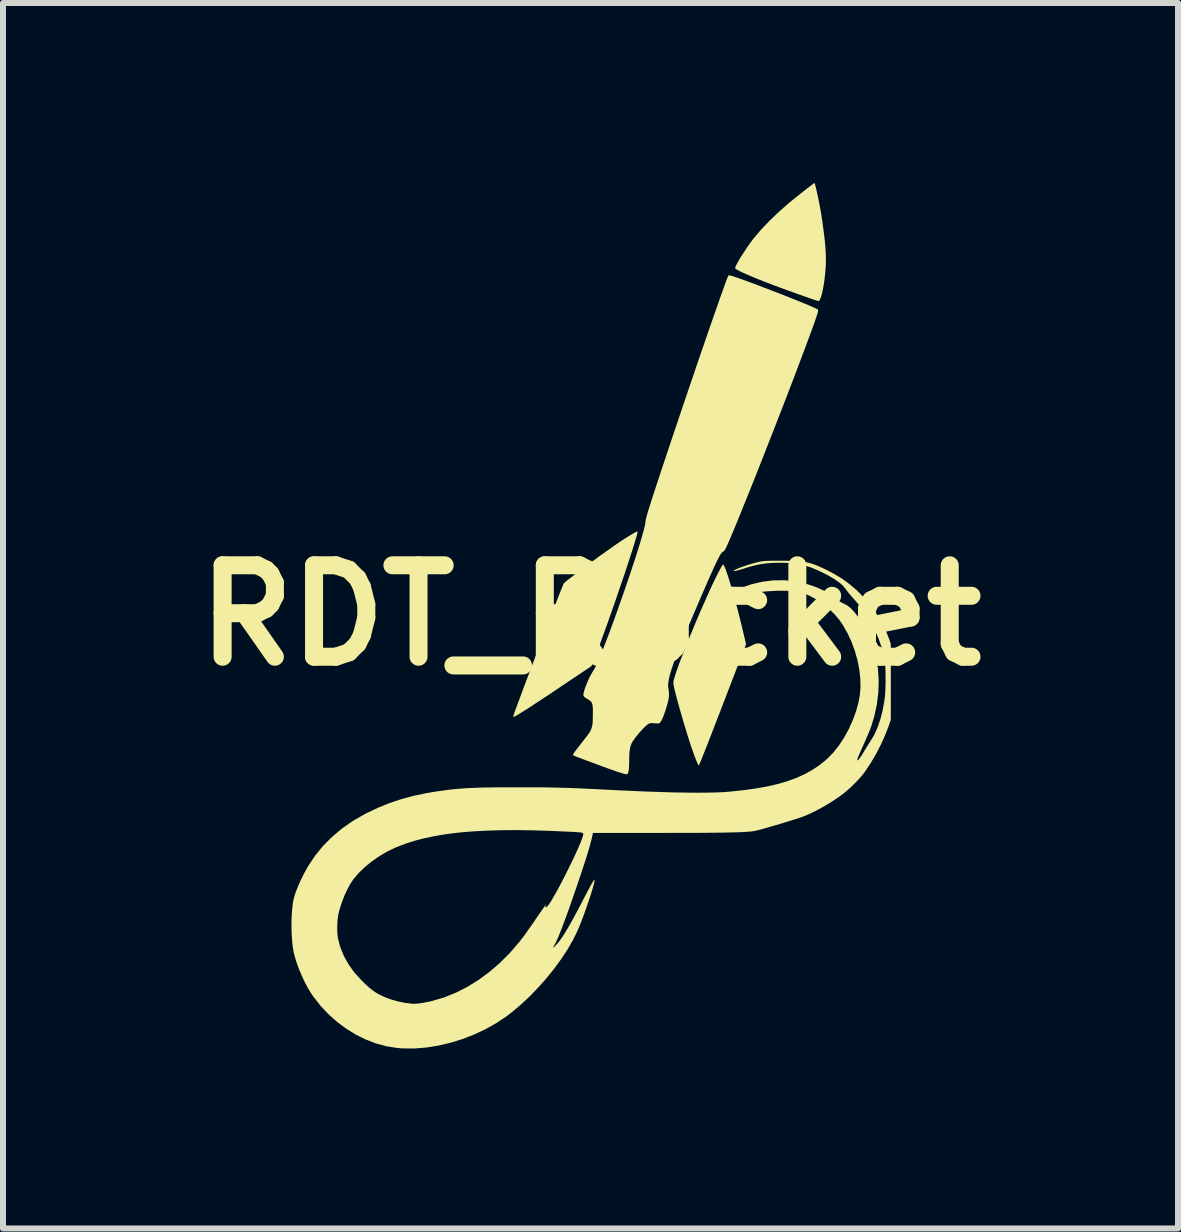
<source format=kicad_pcb>
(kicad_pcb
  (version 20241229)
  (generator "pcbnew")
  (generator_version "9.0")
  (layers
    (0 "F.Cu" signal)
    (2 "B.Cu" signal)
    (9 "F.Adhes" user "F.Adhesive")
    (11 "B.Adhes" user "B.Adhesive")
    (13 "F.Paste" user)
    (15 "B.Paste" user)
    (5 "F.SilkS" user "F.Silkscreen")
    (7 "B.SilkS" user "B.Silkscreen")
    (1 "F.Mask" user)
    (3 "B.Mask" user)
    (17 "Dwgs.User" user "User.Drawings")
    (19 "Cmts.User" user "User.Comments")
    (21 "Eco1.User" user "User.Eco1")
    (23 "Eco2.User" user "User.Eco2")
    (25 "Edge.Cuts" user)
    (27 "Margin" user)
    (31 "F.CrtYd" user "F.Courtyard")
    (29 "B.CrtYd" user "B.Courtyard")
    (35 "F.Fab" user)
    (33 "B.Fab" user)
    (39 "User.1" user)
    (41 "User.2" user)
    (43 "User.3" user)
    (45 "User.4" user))
  (footprint "RDT_Rocket"
    (layer "F.Cu")
    (at 6.793 7.207)
    (property "Reference" "RDT_Rocket" (at 0 0 0) (layer "F.SilkS") (effects (font (size 1.524 1.524) (thickness 0.3))))
    (attr board_only exclude_from_pos_files exclude_from_bom)
    (fp_poly (pts (xy 3.739 -7.195) (xy 3.747 -7.165) (xy 3.758 -7.122) (xy 3.77 -7.069) (xy 3.783 -7.01) (xy 3.797 -6.946) (xy 3.81 -6.881) (xy 3.822 -6.82) (xy 3.832 -6.764) (xy 3.837 -6.738) (xy 3.864 -6.565) (xy 3.885 -6.41) (xy 3.902 -6.271) (xy 3.914 -6.145) (xy 3.921 -6.032) (xy 3.923 -5.929) (xy 3.922 -5.835) (xy 3.918 -5.778) (xy 3.909 -5.682) (xy 3.899 -5.59) (xy 3.886 -5.505) (xy 3.872 -5.428) (xy 3.857 -5.361) (xy 3.841 -5.307) (xy 3.826 -5.267) (xy 3.811 -5.243) (xy 3.799 -5.238) (xy 3.788 -5.241) (xy 3.761 -5.25) (xy 3.72 -5.264) (xy 3.668 -5.281) (xy 3.609 -5.302) (xy 3.58 -5.312) (xy 3.433 -5.364) (xy 3.291 -5.415) (xy 3.154 -5.465) (xy 3.024 -5.514) (xy 2.903 -5.56) (xy 2.793 -5.604) (xy 2.693 -5.645) (xy 2.607 -5.682) (xy 2.534 -5.714) (xy 2.477 -5.742) (xy 2.437 -5.764) (xy 2.423 -5.774) (xy 2.413 -5.782) (xy 2.41 -5.791) (xy 2.413 -5.806) (xy 2.425 -5.83) (xy 2.442 -5.863) (xy 2.473 -5.92) (xy 2.514 -5.988) (xy 2.562 -6.061) (xy 2.611 -6.136) (xy 2.661 -6.206) (xy 2.707 -6.268) (xy 2.724 -6.29) (xy 2.845 -6.432) (xy 2.984 -6.578) (xy 3.137 -6.724) (xy 3.302 -6.869) (xy 3.308 -6.874) (xy 3.347 -6.906) (xy 3.392 -6.943) (xy 3.443 -6.983) (xy 3.495 -7.025) (xy 3.548 -7.067) (xy 3.598 -7.106) (xy 3.644 -7.142) (xy 3.683 -7.171) (xy 3.712 -7.193) (xy 3.729 -7.206) (xy 3.733 -7.207)) (stroke (width 0) (type solid)) (fill yes) (layer "F.SilkS"))
    (fp_poly (pts (xy 2.22 -0.839) (xy 2.234 -0.81) (xy 2.252 -0.766) (xy 2.273 -0.707) (xy 2.297 -0.635) (xy 2.323 -0.552) (xy 2.35 -0.459) (xy 2.379 -0.359) (xy 2.409 -0.253) (xy 2.439 -0.143) (xy 2.469 -0.03) (xy 2.498 0.084) (xy 2.525 0.197) (xy 2.548 0.294) (xy 2.592 0.481) (xy 2.286 1.276) (xy 2.212 1.469) (xy 2.144 1.645) (xy 2.083 1.802) (xy 2.029 1.943) (xy 1.981 2.066) (xy 1.939 2.173) (xy 1.903 2.264) (xy 1.873 2.339) (xy 1.849 2.399) (xy 1.83 2.445) (xy 1.816 2.477) (xy 1.808 2.495) (xy 1.805 2.5) (xy 1.798 2.494) (xy 1.787 2.473) (xy 1.771 2.439) (xy 1.753 2.396) (xy 1.75 2.389) (xy 1.726 2.326) (xy 1.7 2.25) (xy 1.67 2.164) (xy 1.64 2.07) (xy 1.608 1.97) (xy 1.577 1.867) (xy 1.545 1.762) (xy 1.515 1.658) (xy 1.486 1.557) (xy 1.459 1.461) (xy 1.435 1.372) (xy 1.415 1.293) (xy 1.398 1.225) (xy 1.387 1.171) (xy 1.381 1.132) (xy 1.38 1.119) (xy 1.384 1.091) (xy 1.396 1.046) (xy 1.414 0.985) (xy 1.44 0.911) (xy 1.471 0.824) (xy 1.507 0.727) (xy 1.549 0.62) (xy 1.594 0.505) (xy 1.643 0.383) (xy 1.695 0.257) (xy 1.749 0.127) (xy 1.805 -0.005) (xy 1.863 -0.138) (xy 1.921 -0.269) (xy 1.979 -0.399) (xy 1.983 -0.408) (xy 2.02 -0.489) (xy 2.057 -0.567) (xy 2.092 -0.639) (xy 2.125 -0.704) (xy 2.154 -0.759) (xy 2.178 -0.803) (xy 2.197 -0.833) (xy 2.208 -0.848) (xy 2.211 -0.849)) (stroke (width 0) (type solid)) (fill yes) (layer "F.SilkS"))
    (fp_poly (pts (xy 0.783 -1.395) (xy 0.783 -1.383) (xy 0.777 -1.353) (xy 0.764 -1.307) (xy 0.746 -1.247) (xy 0.724 -1.173) (xy 0.697 -1.088) (xy 0.666 -0.992) (xy 0.632 -0.887) (xy 0.595 -0.775) (xy 0.556 -0.657) (xy 0.514 -0.535) (xy 0.471 -0.409) (xy 0.428 -0.282) (xy 0.384 -0.155) (xy 0.339 -0.029) (xy 0.296 0.095) (xy 0.253 0.214) (xy 0.212 0.328) (xy 0.173 0.434) (xy 0.137 0.533) (xy 0.103 0.621) (xy 0.095 0.642) (xy 0.015 0.846) (xy -0.509 1.197) (xy -0.654 1.295) (xy -0.786 1.382) (xy -0.902 1.458) (xy -1.003 1.525) (xy -1.089 1.58) (xy -1.16 1.624) (xy -1.214 1.658) (xy -1.253 1.68) (xy -1.276 1.691) (xy -1.28 1.692) (xy -1.289 1.686) (xy -1.289 1.686) (xy -1.286 1.673) (xy -1.275 1.642) (xy -1.259 1.596) (xy -1.237 1.536) (xy -1.21 1.462) (xy -1.178 1.377) (xy -1.143 1.281) (xy -1.104 1.177) (xy -1.062 1.066) (xy -1.018 0.949) (xy -0.972 0.828) (xy -0.925 0.703) (xy -0.877 0.577) (xy -0.83 0.452) (xy -0.782 0.327) (xy -0.736 0.206) (xy -0.691 0.089) (xy -0.648 -0.022) (xy -0.608 -0.127) (xy -0.571 -0.222) (xy -0.538 -0.307) (xy -0.509 -0.381) (xy -0.484 -0.442) (xy -0.466 -0.488) (xy -0.453 -0.519) (xy -0.447 -0.532) (xy -0.435 -0.544) (xy -0.408 -0.567) (xy -0.368 -0.599) (xy -0.318 -0.638) (xy -0.258 -0.684) (xy -0.19 -0.735) (xy -0.117 -0.79) (xy -0.04 -0.847) (xy 0.039 -0.905) (xy 0.118 -0.964) (xy 0.196 -1.02) (xy 0.271 -1.074) (xy 0.341 -1.123) (xy 0.403 -1.167) (xy 0.458 -1.204) (xy 0.46 -1.206) (xy 0.551 -1.266) (xy 0.626 -1.314) (xy 0.686 -1.351) (xy 0.731 -1.377) (xy 0.762 -1.392) (xy 0.78 -1.397)) (stroke (width 0) (type solid)) (fill yes) (layer "F.SilkS"))
    (fp_poly (pts (xy 2.325 -5.666) (xy 2.33 -5.665) (xy 2.359 -5.657) (xy 2.404 -5.642) (xy 2.463 -5.622) (xy 2.534 -5.597) (xy 2.616 -5.567) (xy 2.706 -5.534) (xy 2.802 -5.498) (xy 2.903 -5.459) (xy 3.007 -5.419) (xy 3.112 -5.379) (xy 3.215 -5.339) (xy 3.315 -5.299) (xy 3.411 -5.261) (xy 3.5 -5.225) (xy 3.58 -5.192) (xy 3.65 -5.163) (xy 3.707 -5.138) (xy 3.75 -5.119) (xy 3.777 -5.105) (xy 3.783 -5.102) (xy 3.79 -5.095) (xy 3.794 -5.087) (xy 3.793 -5.074) (xy 3.789 -5.052) (xy 3.779 -5.019) (xy 3.763 -4.971) (xy 3.755 -4.948) (xy 3.73 -4.874) (xy 3.697 -4.783) (xy 3.658 -4.676) (xy 3.613 -4.555) (xy 3.563 -4.42) (xy 3.508 -4.275) (xy 3.449 -4.119) (xy 3.387 -3.955) (xy 3.321 -3.783) (xy 3.253 -3.606) (xy 3.183 -3.425) (xy 3.111 -3.24) (xy 3.039 -3.055) (xy 2.966 -2.87) (xy 2.894 -2.686) (xy 2.823 -2.505) (xy 2.753 -2.328) (xy 2.685 -2.158) (xy 2.62 -1.995) (xy 2.557 -1.84) (xy 2.499 -1.696) (xy 2.445 -1.563) (xy 2.395 -1.443) (xy 2.351 -1.338) (xy 2.313 -1.249) (xy 2.295 -1.207) (xy 2.269 -1.15) (xy 2.25 -1.11) (xy 2.234 -1.084) (xy 2.222 -1.069) (xy 2.212 -1.064) (xy 2.203 -1.059) (xy 2.192 -1.05) (xy 2.179 -1.035) (xy 2.164 -1.012) (xy 2.147 -0.982) (xy 2.126 -0.942) (xy 2.101 -0.893) (xy 2.073 -0.832) (xy 2.039 -0.759) (xy 2.001 -0.673) (xy 1.956 -0.573) (xy 1.906 -0.457) (xy 1.849 -0.326) (xy 1.785 -0.177) (xy 1.767 -0.135) (xy 1.693 0.038) (xy 1.626 0.195) (xy 1.568 0.335) (xy 1.516 0.461) (xy 1.471 0.572) (xy 1.432 0.671) (xy 1.399 0.759) (xy 1.371 0.836) (xy 1.349 0.904) (xy 1.33 0.964) (xy 1.316 1.017) (xy 1.306 1.064) (xy 1.304 1.075) (xy 1.296 1.123) (xy 1.293 1.16) (xy 1.294 1.194) (xy 1.3 1.226) (xy 1.306 1.273) (xy 1.308 1.324) (xy 1.306 1.353) (xy 1.3 1.399) (xy 1.287 1.456) (xy 1.269 1.52) (xy 1.249 1.585) (xy 1.227 1.648) (xy 1.205 1.704) (xy 1.184 1.749) (xy 1.166 1.778) (xy 1.154 1.792) (xy 1.142 1.8) (xy 1.123 1.802) (xy 1.093 1.801) (xy 1.071 1.799) (xy 1.026 1.796) (xy 0.995 1.798) (xy 0.971 1.806) (xy 0.968 1.807) (xy 0.94 1.827) (xy 0.904 1.859) (xy 0.863 1.901) (xy 0.82 1.949) (xy 0.777 2) (xy 0.739 2.049) (xy 0.707 2.095) (xy 0.685 2.132) (xy 0.684 2.134) (xy 0.668 2.175) (xy 0.657 2.224) (xy 0.649 2.282) (xy 0.645 2.355) (xy 0.645 2.419) (xy 0.644 2.473) (xy 0.641 2.526) (xy 0.638 2.569) (xy 0.634 2.598) (xy 0.626 2.628) (xy 0.618 2.643) (xy 0.605 2.648) (xy 0.596 2.649) (xy 0.577 2.646) (xy 0.544 2.637) (xy 0.499 2.623) (xy 0.447 2.607) (xy 0.413 2.595) (xy 0.354 2.574) (xy 0.279 2.547) (xy 0.191 2.515) (xy 0.091 2.478) (xy -0.016 2.438) (xy -0.129 2.396) (xy -0.245 2.352) (xy -0.279 2.339) (xy -0.291 2.328) (xy -0.292 2.324) (xy -0.287 2.312) (xy -0.272 2.288) (xy -0.246 2.251) (xy -0.208 2.202) (xy -0.159 2.138) (xy -0.117 2.085) (xy -0.069 2.024) (xy -0.032 1.974) (xy -0.005 1.932) (xy 0.013 1.892) (xy 0.026 1.852) (xy 0.033 1.807) (xy 0.037 1.753) (xy 0.038 1.685) (xy 0.038 1.682) (xy 0.039 1.607) (xy 0.038 1.55) (xy 0.035 1.508) (xy 0.03 1.48) (xy 0.028 1.476) (xy 0.021 1.457) (xy 0.012 1.442) (xy -0.004 1.427) (xy -0.028 1.409) (xy -0.065 1.386) (xy -0.083 1.375) (xy -0.106 1.355) (xy -0.119 1.334) (xy -0.119 1.331) (xy -0.117 1.303) (xy -0.107 1.262) (xy -0.091 1.21) (xy -0.069 1.152) (xy -0.044 1.091) (xy -0.016 1.032) (xy 0.012 0.979) (xy 0.039 0.934) (xy 0.042 0.929) (xy 0.061 0.898) (xy 0.084 0.856) (xy 0.102 0.819) (xy 0.135 0.743) (xy 0.172 0.653) (xy 0.212 0.553) (xy 0.255 0.442) (xy 0.301 0.322) (xy 0.348 0.196) (xy 0.396 0.064) (xy 0.445 -0.072) (xy 0.494 -0.211) (xy 0.543 -0.35) (xy 0.591 -0.49) (xy 0.638 -0.627) (xy 0.683 -0.761) (xy 0.725 -0.889) (xy 0.765 -1.012) (xy 0.801 -1.126) (xy 0.833 -1.23) (xy 0.86 -1.324) (xy 0.883 -1.405) (xy 0.9 -1.472) (xy 0.912 -1.524) (xy 0.916 -1.558) (xy 0.916 -1.563) (xy 0.918 -1.578) (xy 0.922 -1.599) (xy 0.929 -1.629) (xy 0.94 -1.669) (xy 0.954 -1.719) (xy 0.973 -1.78) (xy 0.996 -1.854) (xy 1.024 -1.942) (xy 1.057 -2.044) (xy 1.096 -2.162) (xy 1.141 -2.298) (xy 1.185 -2.432) (xy 1.246 -2.615) (xy 1.309 -2.803) (xy 1.373 -2.996) (xy 1.439 -3.191) (xy 1.505 -3.387) (xy 1.572 -3.584) (xy 1.638 -3.78) (xy 1.704 -3.973) (xy 1.768 -4.162) (xy 1.831 -4.347) (xy 1.893 -4.524) (xy 1.951 -4.695) (xy 2.007 -4.856) (xy 2.06 -5.007) (xy 2.109 -5.147) (xy 2.153 -5.273) (xy 2.193 -5.386) (xy 2.228 -5.482) (xy 2.257 -5.563) (xy 2.276 -5.613) (xy 2.289 -5.645) (xy 2.298 -5.662) (xy 2.309 -5.667)) (stroke (width 0) (type solid)) (fill yes) (layer "F.SilkS"))
    (fp_poly (pts (xy 3.162 -0.911) (xy 3.28 -0.91) (xy 3.38 -0.907) (xy 3.467 -0.902) (xy 3.543 -0.894) (xy 3.612 -0.882) (xy 3.677 -0.865) (xy 3.741 -0.844) (xy 3.807 -0.817) (xy 3.879 -0.784) (xy 3.937 -0.756) (xy 4.052 -0.696) (xy 4.152 -0.637) (xy 4.243 -0.577) (xy 4.33 -0.51) (xy 4.418 -0.435) (xy 4.444 -0.412) (xy 4.558 -0.296) (xy 4.667 -0.166) (xy 4.767 -0.025) (xy 4.855 0.121) (xy 4.928 0.27) (xy 4.974 0.386) (xy 5.005 0.475) (xy 5.005 1.74) (xy 4.971 1.84) (xy 4.911 1.996) (xy 4.838 2.156) (xy 4.757 2.314) (xy 4.669 2.463) (xy 4.579 2.599) (xy 4.557 2.629) (xy 4.512 2.685) (xy 4.454 2.749) (xy 4.389 2.815) (xy 4.322 2.88) (xy 4.255 2.938) (xy 4.225 2.963) (xy 4.133 3.031) (xy 4.028 3.101) (xy 3.915 3.17) (xy 3.798 3.235) (xy 3.684 3.293) (xy 3.579 3.34) (xy 3.56 3.347) (xy 3.523 3.361) (xy 3.472 3.378) (xy 3.408 3.399) (xy 3.334 3.422) (xy 3.255 3.446) (xy 3.172 3.472) (xy 3.088 3.497) (xy 3.006 3.52) (xy 2.929 3.543) (xy 2.86 3.562) (xy 2.802 3.578) (xy 2.757 3.589) (xy 2.728 3.595) (xy 2.727 3.595) (xy 2.695 3.6) (xy 2.657 3.604) (xy 2.613 3.607) (xy 2.562 3.611) (xy 2.502 3.614) (xy 2.434 3.616) (xy 2.354 3.618) (xy 2.264 3.62) (xy 2.16 3.622) (xy 2.044 3.623) (xy 1.912 3.624) (xy 1.765 3.625) (xy 1.601 3.625) (xy 1.419 3.625) (xy 1.218 3.626) (xy 1.181 3.626) (xy 0.041 3.626) (xy 0.036 3.648) (xy 0.022 3.711) (xy 0.006 3.773) (xy -0.011 3.838) (xy -0.031 3.908) (xy -0.054 3.985) (xy -0.082 4.073) (xy -0.115 4.175) (xy -0.154 4.292) (xy -0.155 4.295) (xy -0.214 4.472) (xy -0.271 4.637) (xy -0.324 4.791) (xy -0.374 4.932) (xy -0.421 5.06) (xy -0.463 5.173) (xy -0.501 5.271) (xy -0.534 5.353) (xy -0.562 5.417) (xy -0.585 5.464) (xy -0.595 5.481) (xy -0.611 5.509) (xy -0.622 5.529) (xy -0.624 5.536) (xy -0.618 5.534) (xy -0.601 5.52) (xy -0.579 5.499) (xy -0.546 5.463) (xy -0.51 5.417) (xy -0.47 5.361) (xy -0.426 5.293) (xy -0.378 5.212) (xy -0.324 5.117) (xy -0.263 5.006) (xy -0.195 4.879) (xy -0.151 4.794) (xy -0.098 4.692) (xy -0.054 4.608) (xy -0.017 4.539) (xy 0.012 4.486) (xy 0.035 4.447) (xy 0.051 4.422) (xy 0.062 4.409) (xy 0.067 4.407) (xy 0.068 4.408) (xy 0.067 4.426) (xy 0.06 4.461) (xy 0.048 4.509) (xy 0.03 4.57) (xy 0.009 4.64) (xy -0.016 4.717) (xy -0.044 4.798) (xy -0.073 4.883) (xy -0.103 4.967) (xy -0.133 5.049) (xy -0.163 5.127) (xy -0.192 5.197) (xy -0.216 5.254) (xy -0.291 5.408) (xy -0.382 5.566) (xy -0.488 5.727) (xy -0.606 5.889) (xy -0.734 6.048) (xy -0.871 6.202) (xy -1.013 6.35) (xy -1.16 6.487) (xy -1.308 6.612) (xy -1.391 6.676) (xy -1.562 6.791) (xy -1.743 6.894) (xy -1.934 6.984) (xy -2.13 7.061) (xy -2.331 7.123) (xy -2.534 7.171) (xy -2.735 7.203) (xy -2.934 7.219) (xy -3.128 7.218) (xy -3.228 7.21) (xy -3.403 7.182) (xy -3.577 7.135) (xy -3.748 7.069) (xy -3.914 6.987) (xy -4.074 6.888) (xy -4.227 6.774) (xy -4.37 6.647) (xy -4.501 6.506) (xy -4.621 6.353) (xy -4.653 6.306) (xy -4.708 6.217) (xy -4.762 6.116) (xy -4.813 6.006) (xy -4.86 5.894) (xy -4.901 5.783) (xy -4.932 5.68) (xy -4.949 5.61) (xy -4.965 5.51) (xy -4.976 5.397) (xy -4.983 5.274) (xy -4.984 5.197) (xy -4.222 5.197) (xy -4.221 5.272) (xy -4.216 5.339) (xy -4.211 5.378) (xy -4.172 5.528) (xy -4.113 5.673) (xy -4.036 5.813) (xy -3.939 5.949) (xy -3.822 6.079) (xy -3.817 6.084) (xy -3.751 6.149) (xy -3.693 6.201) (xy -3.64 6.244) (xy -3.588 6.281) (xy -3.532 6.314) (xy -3.523 6.319) (xy -3.433 6.362) (xy -3.328 6.401) (xy -3.215 6.433) (xy -3.1 6.457) (xy -2.988 6.472) (xy -2.956 6.475) (xy -2.937 6.474) (xy -2.904 6.472) (xy -2.863 6.468) (xy -2.845 6.466) (xy -2.797 6.459) (xy -2.738 6.448) (xy -2.676 6.436) (xy -2.632 6.425) (xy -2.434 6.366) (xy -2.24 6.287) (xy -2.049 6.19) (xy -1.864 6.075) (xy -1.684 5.942) (xy -1.511 5.793) (xy -1.346 5.628) (xy -1.19 5.447) (xy -1.13 5.37) (xy -1.107 5.339) (xy -1.074 5.294) (xy -1.036 5.239) (xy -0.992 5.178) (xy -0.947 5.113) (xy -0.91 5.058) (xy -0.857 4.981) (xy -0.814 4.919) (xy -0.782 4.873) (xy -0.759 4.841) (xy -0.744 4.822) (xy -0.738 4.816) (xy -0.739 4.821) (xy -0.745 4.832) (xy -0.754 4.858) (xy -0.75 4.869) (xy -0.735 4.863) (xy -0.719 4.849) (xy -0.697 4.823) (xy -0.669 4.781) (xy -0.635 4.725) (xy -0.596 4.658) (xy -0.554 4.582) (xy -0.508 4.498) (xy -0.462 4.408) (xy -0.414 4.315) (xy -0.367 4.22) (xy -0.321 4.127) (xy -0.277 4.035) (xy -0.237 3.949) (xy -0.201 3.869) (xy -0.171 3.798) (xy -0.147 3.737) (xy -0.13 3.689) (xy -0.122 3.656) (xy -0.121 3.648) (xy -0.122 3.638) (xy -0.126 3.631) (xy -0.135 3.625) (xy -0.152 3.621) (xy -0.18 3.617) (xy -0.22 3.614) (xy -0.276 3.61) (xy -0.349 3.606) (xy -0.358 3.606) (xy -0.672 3.592) (xy -0.967 3.583) (xy -1.245 3.579) (xy -1.505 3.581) (xy -1.749 3.589) (xy -1.979 3.602) (xy -2.193 3.62) (xy -2.394 3.645) (xy -2.582 3.676) (xy -2.757 3.712) (xy -2.922 3.754) (xy -3.076 3.803) (xy -3.22 3.858) (xy -3.268 3.878) (xy -3.398 3.942) (xy -3.526 4.018) (xy -3.649 4.104) (xy -3.762 4.196) (xy -3.862 4.292) (xy -3.946 4.39) (xy -3.95 4.395) (xy -4.003 4.474) (xy -4.054 4.568) (xy -4.103 4.674) (xy -4.146 4.785) (xy -4.182 4.897) (xy -4.206 4.993) (xy -4.214 5.051) (xy -4.22 5.121) (xy -4.222 5.197) (xy -4.984 5.197) (xy -4.985 5.148) (xy -4.982 5.024) (xy -4.974 4.906) (xy -4.962 4.8) (xy -4.954 4.754) (xy -4.937 4.683) (xy -4.909 4.6) (xy -4.872 4.508) (xy -4.829 4.411) (xy -4.78 4.312) (xy -4.728 4.216) (xy -4.702 4.172) (xy -4.586 3.999) (xy -4.454 3.838) (xy -4.305 3.689) (xy -4.142 3.552) (xy -3.964 3.428) (xy -3.771 3.317) (xy -3.739 3.3) (xy -3.543 3.207) (xy -3.351 3.129) (xy -3.158 3.064) (xy -2.958 3.01) (xy -2.746 2.965) (xy -2.664 2.951) (xy -2.566 2.935) (xy -2.473 2.922) (xy -2.383 2.91) (xy -2.295 2.899) (xy -2.207 2.891) (xy -2.115 2.884) (xy -2.018 2.878) (xy -1.913 2.874) (xy -1.8 2.87) (xy -1.674 2.868) (xy -1.535 2.866) (xy -1.38 2.866) (xy -1.214 2.866) (xy -1.085 2.866) (xy -0.97 2.866) (xy -0.864 2.866) (xy -0.766 2.867) (xy -0.674 2.869) (xy -0.584 2.87) (xy -0.494 2.873) (xy -0.403 2.875) (xy -0.306 2.879) (xy -0.203 2.883) (xy -0.089 2.888) (xy 0.036 2.894) (xy 0.176 2.901) (xy 0.334 2.909) (xy 0.368 2.911) (xy 0.65 2.924) (xy 0.912 2.936) (xy 1.155 2.944) (xy 1.378 2.951) (xy 1.583 2.954) (xy 1.769 2.956) (xy 1.936 2.955) (xy 2.085 2.952) (xy 2.216 2.946) (xy 2.329 2.937) (xy 2.332 2.937) (xy 2.557 2.913) (xy 2.764 2.884) (xy 2.953 2.85) (xy 3.128 2.809) (xy 3.287 2.762) (xy 3.434 2.708) (xy 3.569 2.647) (xy 3.694 2.578) (xy 3.809 2.501) (xy 3.917 2.415) (xy 3.948 2.388) (xy 4.046 2.288) (xy 4.138 2.172) (xy 4.224 2.042) (xy 4.301 1.902) (xy 4.368 1.755) (xy 4.424 1.604) (xy 4.466 1.452) (xy 4.488 1.336) (xy 4.5 1.2) (xy 4.497 1.055) (xy 4.48 0.904) (xy 4.45 0.75) (xy 4.407 0.596) (xy 4.352 0.446) (xy 4.286 0.302) (xy 4.21 0.168) (xy 4.151 0.081) (xy 4.072 -0.014) (xy 3.979 -0.105) (xy 3.876 -0.189) (xy 3.766 -0.264) (xy 3.654 -0.326) (xy 3.544 -0.373) (xy 3.531 -0.377) (xy 3.475 -0.391) (xy 3.402 -0.401) (xy 3.314 -0.408) (xy 3.215 -0.411) (xy 3.107 -0.41) (xy 3.092 -0.409) (xy 2.977 -0.403) (xy 2.878 -0.395) (xy 2.792 -0.383) (xy 2.713 -0.367) (xy 2.639 -0.346) (xy 2.626 -0.342) (xy 2.571 -0.325) (xy 2.532 -0.316) (xy 2.505 -0.315) (xy 2.488 -0.323) (xy 2.478 -0.339) (xy 2.473 -0.354) (xy 2.471 -0.388) (xy 2.483 -0.418) (xy 2.511 -0.446) (xy 2.555 -0.472) (xy 2.617 -0.497) (xy 2.686 -0.519) (xy 2.865 -0.561) (xy 3.045 -0.583) (xy 3.225 -0.586) (xy 3.403 -0.568) (xy 3.579 -0.53) (xy 3.662 -0.505) (xy 3.776 -0.464) (xy 3.877 -0.418) (xy 3.971 -0.364) (xy 4.065 -0.298) (xy 4.112 -0.261) (xy 4.151 -0.233) (xy 4.195 -0.207) (xy 4.233 -0.19) (xy 4.233 -0.19) (xy 4.284 -0.162) (xy 4.339 -0.117) (xy 4.396 -0.057) (xy 4.453 0.016) (xy 4.51 0.1) (xy 4.564 0.193) (xy 4.616 0.293) (xy 4.662 0.396) (xy 4.703 0.502) (xy 4.737 0.608) (xy 4.76 0.699) (xy 4.791 0.891) (xy 4.803 1.089) (xy 4.797 1.288) (xy 4.772 1.488) (xy 4.729 1.685) (xy 4.681 1.843) (xy 4.663 1.892) (xy 4.639 1.953) (xy 4.61 2.02) (xy 4.581 2.089) (xy 4.561 2.133) (xy 4.524 2.215) (xy 4.494 2.281) (xy 4.473 2.331) (xy 4.458 2.368) (xy 4.449 2.394) (xy 4.446 2.409) (xy 4.447 2.416) (xy 4.458 2.414) (xy 4.477 2.394) (xy 4.503 2.358) (xy 4.536 2.307) (xy 4.559 2.268) (xy 4.588 2.219) (xy 4.621 2.167) (xy 4.65 2.12) (xy 4.664 2.1) (xy 4.728 1.993) (xy 4.784 1.869) (xy 4.831 1.73) (xy 4.87 1.58) (xy 4.898 1.42) (xy 4.906 1.36) (xy 4.911 1.303) (xy 4.914 1.233) (xy 4.917 1.154) (xy 4.918 1.07) (xy 4.917 0.987) (xy 4.916 0.908) (xy 4.913 0.839) (xy 4.908 0.783) (xy 4.906 0.765) (xy 4.883 0.648) (xy 4.848 0.521) (xy 4.802 0.39) (xy 4.747 0.26) (xy 4.722 0.209) (xy 4.663 0.097) (xy 4.6 -0.006) (xy 4.528 -0.106) (xy 4.446 -0.208) (xy 4.386 -0.277) (xy 4.345 -0.323) (xy 4.307 -0.368) (xy 4.274 -0.409) (xy 4.25 -0.441) (xy 4.243 -0.451) (xy 4.206 -0.496) (xy 4.151 -0.544) (xy 4.08 -0.595) (xy 3.993 -0.648) (xy 3.893 -0.701) (xy 3.782 -0.755) (xy 3.776 -0.757) (xy 3.672 -0.799) (xy 3.57 -0.832) (xy 3.467 -0.854) (xy 3.357 -0.869) (xy 3.235 -0.876) (xy 3.157 -0.877) (xy 3.043 -0.875) (xy 2.941 -0.868) (xy 2.845 -0.855) (xy 2.75 -0.836) (xy 2.647 -0.809) (xy 2.555 -0.78) (xy 2.503 -0.764) (xy 2.457 -0.751) (xy 2.421 -0.742) (xy 2.398 -0.738) (xy 2.393 -0.738) (xy 2.388 -0.743) (xy 2.399 -0.753) (xy 2.424 -0.767) (xy 2.462 -0.783) (xy 2.509 -0.802) (xy 2.563 -0.821) (xy 2.622 -0.841) (xy 2.683 -0.86) (xy 2.744 -0.876) (xy 2.802 -0.891) (xy 2.811 -0.893) (xy 2.841 -0.899) (xy 2.872 -0.903) (xy 2.908 -0.907) (xy 2.951 -0.909) (xy 3.005 -0.91) (xy 3.072 -0.911) (xy 3.157 -0.911)) (stroke (width 0) (type solid)) (fill yes) (layer "F.SilkS")))
  (gr_rect
    (start -3 -3)
    (end 16.585 17.426)
    (stroke (width 0.1) (type default))
    (fill no)
    (layer "Edge.Cuts")))
</source>
